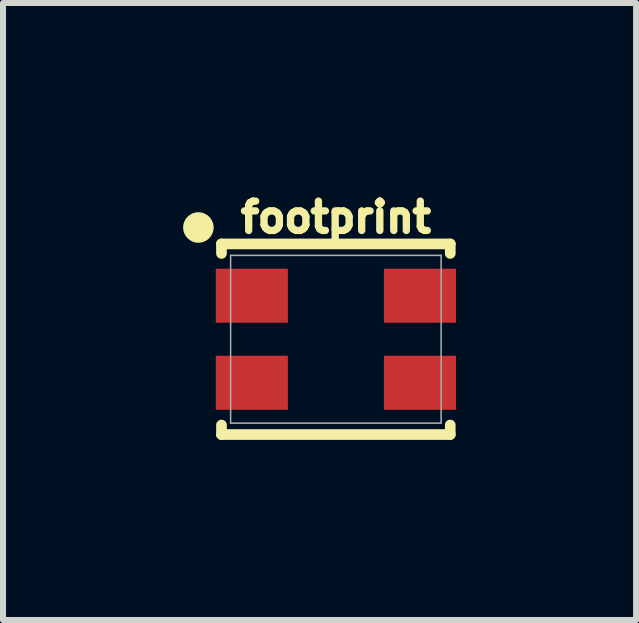
<source format=kicad_pcb>
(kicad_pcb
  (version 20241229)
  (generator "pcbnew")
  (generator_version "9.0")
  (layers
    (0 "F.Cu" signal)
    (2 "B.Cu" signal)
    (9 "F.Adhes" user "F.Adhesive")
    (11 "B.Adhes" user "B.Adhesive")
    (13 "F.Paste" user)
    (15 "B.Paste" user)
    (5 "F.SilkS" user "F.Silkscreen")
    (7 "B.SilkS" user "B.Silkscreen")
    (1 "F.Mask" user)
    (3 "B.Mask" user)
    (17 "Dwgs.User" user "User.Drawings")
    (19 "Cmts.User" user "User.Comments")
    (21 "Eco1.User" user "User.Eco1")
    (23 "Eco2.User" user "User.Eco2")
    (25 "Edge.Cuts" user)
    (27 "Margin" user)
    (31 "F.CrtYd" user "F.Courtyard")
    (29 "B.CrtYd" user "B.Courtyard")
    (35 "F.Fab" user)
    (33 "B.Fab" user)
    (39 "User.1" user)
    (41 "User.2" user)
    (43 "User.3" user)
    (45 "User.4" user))
  (footprint "footprint"
    (layer "F.Cu")
    (at 2.544 2.6)
    (property "Reference" "footprint" (at 0 -1.746 0) (layer "F.SilkS") (effects (font (size 0.488 0.488) (thickness 0.122)) (justify bottom)))
    (fp_line (start -1.905 -1.587) (end 1.905 -1.587) (stroke (width 0.178) (type solid)) (layer "F.SilkS"))
    (fp_line (start -1.905 -1.429) (end -1.905 -1.587) (stroke (width 0.178) (type solid)) (layer "F.SilkS"))
    (fp_line (start -1.905 1.587) (end -1.905 1.429) (stroke (width 0.178) (type solid)) (layer "F.SilkS"))
    (fp_line (start 1.905 -1.587) (end 1.905 -1.429) (stroke (width 0.178) (type solid)) (layer "F.SilkS"))
    (fp_line (start 1.905 1.429) (end 1.905 1.587) (stroke (width 0.178) (type solid)) (layer "F.SilkS"))
    (fp_line (start 1.905 1.587) (end -1.905 1.587) (stroke (width 0.178) (type solid)) (layer "F.SilkS"))
    (fp_circle (center -2.29 -1.861) (end -2.163 -1.861) (stroke (width 0.254) (type solid)) (fill yes) (layer "F.SilkS"))
    (fp_line (start -1.753 -1.397) (end -1.753 1.397) (stroke (width 0.025) (type solid)) (layer "F.Fab"))
    (fp_line (start -1.753 -1.397) (end 1.753 -1.397) (stroke (width 0.025) (type solid)) (layer "F.Fab"))
    (fp_line (start 1.753 1.397) (end -1.753 1.397) (stroke (width 0.025) (type solid)) (layer "F.Fab"))
    (fp_line (start 1.753 1.397) (end 1.753 -1.397) (stroke (width 0.025) (type solid)) (layer "F.Fab"))
    (pad "1" smd rect (at -1.4 -0.725) (size 1.2 0.9) (layers "F.Cu" "F.Mask" "F.Paste"))
    (pad "2" smd rect (at 1.4 -0.725) (size 1.2 0.9) (layers "F.Cu" "F.Mask" "F.Paste"))
    (pad "3" smd rect (at 1.4 0.725) (size 1.2 0.9) (layers "F.Cu" "F.Mask" "F.Paste"))
    (pad "4" smd rect (at -1.4 0.725) (size 1.2 0.9) (layers "F.Cu" "F.Mask" "F.Paste")))
  (gr_rect
    (start -3 -3)
    (end 7.544 7.276)
    (stroke (width 0.1) (type default))
    (fill no)
    (layer "Edge.Cuts")))
</source>
